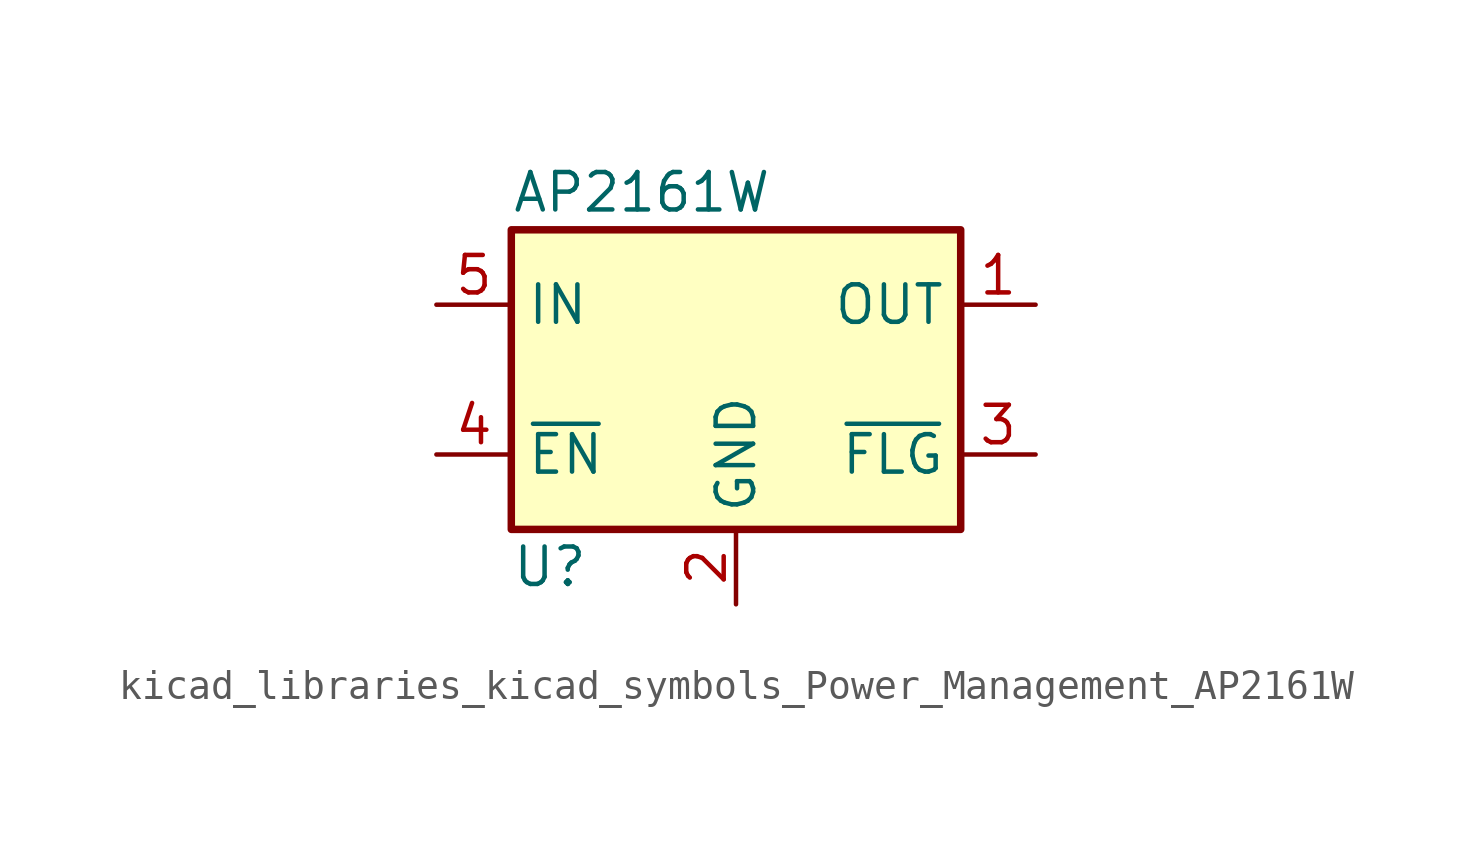
<source format=kicad_sym>
(kicad_symbol_lib
  (version 20220914)
  (generator kicad_symbol_editor)
  (symbol "kicad_libraries_kicad_symbols_Power_Management_AP2161W"
    (property "Reference" "U"
      (at -7.62 -6.35 0)
      (effects (font (size 1.27 1.27)) (justify left)))
    (property "Value" "AP2161W"
      (at -7.62 6.35 0)
      (effects (font (size 1.27 1.27)) (justify left)))
    (symbol "kicad_libraries_kicad_symbols_Power_Management_AP2161W_0_1"
      (rectangle (start -7.62 5.08) (end 7.62 -5.08) (stroke (width 0.254) (type default)) (fill (type background))))
    (symbol "kicad_libraries_kicad_symbols_Power_Management_AP2161W_1_1"
      (pin power_out line (at 10.16 2.54 180) (length 2.54) (name "OUT" (effects (font (size 1.27 1.27)))) (number "1" (effects (font (size 1.27 1.27)))))
      (pin power_in line (at 0 -7.62 90) (length 2.54) (name "GND" (effects (font (size 1.27 1.27)))) (number "2" (effects (font (size 1.27 1.27)))))
      (pin open_collector line (at 10.16 -2.54 180) (length 2.54) (name "~{FLG}" (effects (font (size 1.27 1.27)))) (number "3" (effects (font (size 1.27 1.27)))))
      (pin input line (at -10.16 -2.54 0) (length 2.54) (name "~{EN}" (effects (font (size 1.27 1.27)))) (number "4" (effects (font (size 1.27 1.27)))))
      (pin power_in line (at -10.16 2.54 0) (length 2.54) (name "IN" (effects (font (size 1.27 1.27)))) (number "5" (effects (font (size 1.27 1.27))))))))
</source>
